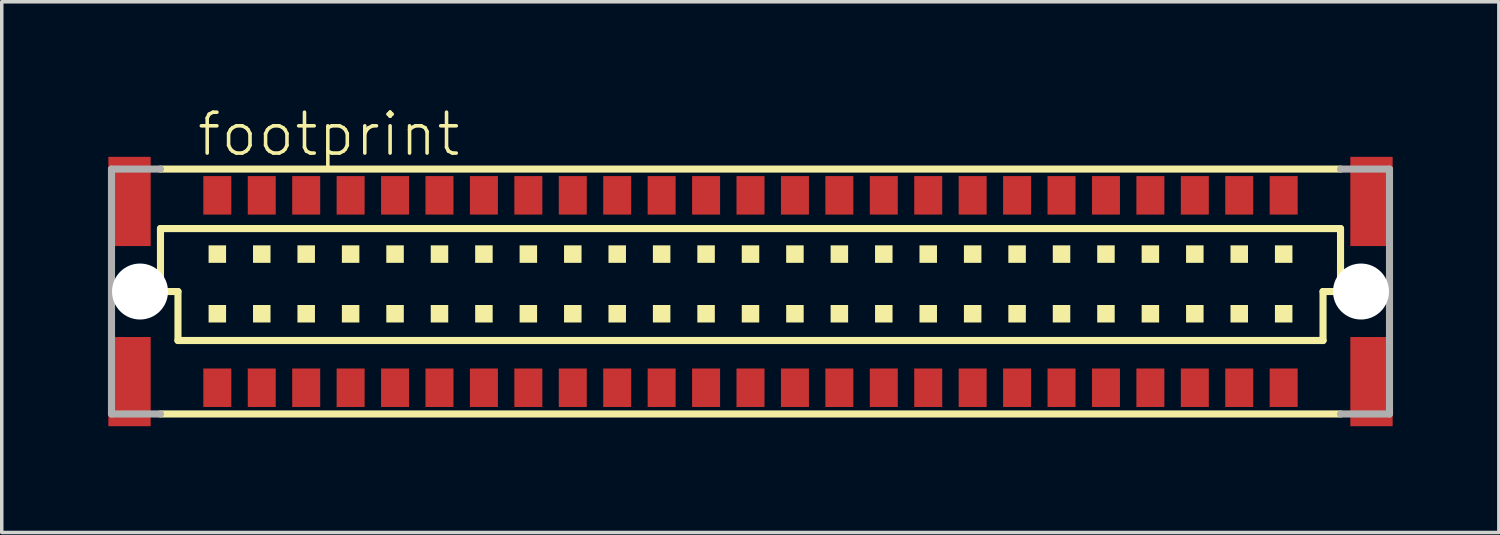
<source format=kicad_pcb>
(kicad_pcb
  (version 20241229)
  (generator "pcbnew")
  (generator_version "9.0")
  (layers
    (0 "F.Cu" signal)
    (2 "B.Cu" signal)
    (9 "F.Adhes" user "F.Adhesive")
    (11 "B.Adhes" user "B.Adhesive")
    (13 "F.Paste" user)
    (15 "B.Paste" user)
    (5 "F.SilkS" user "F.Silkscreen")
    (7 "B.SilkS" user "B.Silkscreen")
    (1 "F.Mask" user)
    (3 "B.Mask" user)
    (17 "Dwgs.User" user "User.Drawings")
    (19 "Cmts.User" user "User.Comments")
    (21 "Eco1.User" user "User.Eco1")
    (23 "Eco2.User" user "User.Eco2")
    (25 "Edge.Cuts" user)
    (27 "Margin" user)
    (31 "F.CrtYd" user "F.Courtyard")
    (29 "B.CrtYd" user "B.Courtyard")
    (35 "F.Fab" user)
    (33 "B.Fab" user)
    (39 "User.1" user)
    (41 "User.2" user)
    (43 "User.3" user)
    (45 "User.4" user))
  (footprint "footprint"
    (layer "F.Cu")
    (at 18.402 5.283)
    (property "Reference" "footprint" (at -15.875 -3.81 0) (layer "F.SilkS") (effects (font (size 1.168 1.168) (thickness 0.102)) (justify left bottom)))
    (fp_poly (pts (xy -18.355 -1.3) (xy -17.145 -1.3) (xy -17.145 -3.85) (xy -18.355 -3.85)) (stroke (width 0) (type solid)) (fill yes) (layer "F.Cu"))
    (fp_poly (pts (xy -18.355 3.85) (xy -17.145 3.85) (xy -17.145 1.3) (xy -18.355 1.3)) (stroke (width 0) (type solid)) (fill yes) (layer "F.Cu"))
    (fp_poly (pts (xy 17.145 -1.3) (xy 18.355 -1.3) (xy 18.355 -3.85) (xy 17.145 -3.85)) (stroke (width 0) (type solid)) (fill yes) (layer "F.Cu"))
    (fp_poly (pts (xy 17.145 3.85) (xy 18.355 3.85) (xy 18.355 1.3) (xy 17.145 1.3)) (stroke (width 0) (type solid)) (fill yes) (layer "F.Cu"))
    (fp_poly (pts (xy -18.402 -1.262) (xy -17.115 -1.262) (xy -17.115 -3.888) (xy -18.402 -3.888)) (stroke (width 0) (type solid)) (fill yes) (layer "F.Mask"))
    (fp_poly (pts (xy -18.39 3.888) (xy -17.102 3.888) (xy -17.102 1.262) (xy -18.39 1.262)) (stroke (width 0) (type solid)) (fill yes) (layer "F.Mask"))
    (fp_poly (pts (xy 17.103 -1.262) (xy 18.39 -1.262) (xy 18.39 -3.888) (xy 17.103 -3.888)) (stroke (width 0) (type solid)) (fill yes) (layer "F.Mask"))
    (fp_poly (pts (xy 17.103 3.888) (xy 18.39 3.888) (xy 18.39 1.262) (xy 17.103 1.262)) (stroke (width 0) (type solid)) (fill yes) (layer "F.Mask"))
    (fp_line (start -16.865 -3.5) (end 16.865 -3.5) (stroke (width 0.203) (type solid)) (layer "F.SilkS"))
    (fp_line (start -16.865 -1.8) (end 16.865 -1.8) (stroke (width 0.203) (type solid)) (layer "F.SilkS"))
    (fp_line (start -16.865 0) (end -16.865 -1.8) (stroke (width 0.203) (type solid)) (layer "F.SilkS"))
    (fp_line (start -16.365 0) (end -16.865 0) (stroke (width 0.203) (type solid)) (layer "F.SilkS"))
    (fp_line (start -16.365 1.4) (end -16.365 0) (stroke (width 0.203) (type solid)) (layer "F.SilkS"))
    (fp_line (start 16.365 0) (end 16.365 1.4) (stroke (width 0.203) (type solid)) (layer "F.SilkS"))
    (fp_line (start 16.365 1.4) (end -16.365 1.4) (stroke (width 0.203) (type solid)) (layer "F.SilkS"))
    (fp_line (start 16.865 -1.8) (end 16.865 0) (stroke (width 0.203) (type solid)) (layer "F.SilkS"))
    (fp_line (start 16.865 0) (end 16.365 0) (stroke (width 0.203) (type solid)) (layer "F.SilkS"))
    (fp_line (start 16.865 3.5) (end -16.865 3.5) (stroke (width 0.203) (type solid)) (layer "F.SilkS"))
    (fp_poly (pts (xy -15.49 -0.82) (xy -14.99 -0.82) (xy -14.99 -1.32) (xy -15.49 -1.32)) (stroke (width 0) (type solid)) (fill yes) (layer "F.SilkS"))
    (fp_poly (pts (xy -15.49 0.885) (xy -14.99 0.885) (xy -14.99 0.385) (xy -15.49 0.385)) (stroke (width 0) (type solid)) (fill yes) (layer "F.SilkS"))
    (fp_poly (pts (xy -14.22 -0.82) (xy -13.72 -0.82) (xy -13.72 -1.32) (xy -14.22 -1.32)) (stroke (width 0) (type solid)) (fill yes) (layer "F.SilkS"))
    (fp_poly (pts (xy -14.22 0.885) (xy -13.72 0.885) (xy -13.72 0.385) (xy -14.22 0.385)) (stroke (width 0) (type solid)) (fill yes) (layer "F.SilkS"))
    (fp_poly (pts (xy -12.95 -0.82) (xy -12.45 -0.82) (xy -12.45 -1.32) (xy -12.95 -1.32)) (stroke (width 0) (type solid)) (fill yes) (layer "F.SilkS"))
    (fp_poly (pts (xy -12.95 0.885) (xy -12.45 0.885) (xy -12.45 0.385) (xy -12.95 0.385)) (stroke (width 0) (type solid)) (fill yes) (layer "F.SilkS"))
    (fp_poly (pts (xy -11.68 -0.82) (xy -11.18 -0.82) (xy -11.18 -1.32) (xy -11.68 -1.32)) (stroke (width 0) (type solid)) (fill yes) (layer "F.SilkS"))
    (fp_poly (pts (xy -11.68 0.885) (xy -11.18 0.885) (xy -11.18 0.385) (xy -11.68 0.385)) (stroke (width 0) (type solid)) (fill yes) (layer "F.SilkS"))
    (fp_poly (pts (xy -10.41 -0.82) (xy -9.91 -0.82) (xy -9.91 -1.32) (xy -10.41 -1.32)) (stroke (width 0) (type solid)) (fill yes) (layer "F.SilkS"))
    (fp_poly (pts (xy -10.41 0.885) (xy -9.91 0.885) (xy -9.91 0.385) (xy -10.41 0.385)) (stroke (width 0) (type solid)) (fill yes) (layer "F.SilkS"))
    (fp_poly (pts (xy -9.14 -0.82) (xy -8.64 -0.82) (xy -8.64 -1.32) (xy -9.14 -1.32)) (stroke (width 0) (type solid)) (fill yes) (layer "F.SilkS"))
    (fp_poly (pts (xy -9.14 0.885) (xy -8.64 0.885) (xy -8.64 0.385) (xy -9.14 0.385)) (stroke (width 0) (type solid)) (fill yes) (layer "F.SilkS"))
    (fp_poly (pts (xy -7.87 -0.82) (xy -7.37 -0.82) (xy -7.37 -1.32) (xy -7.87 -1.32)) (stroke (width 0) (type solid)) (fill yes) (layer "F.SilkS"))
    (fp_poly (pts (xy -7.87 0.885) (xy -7.37 0.885) (xy -7.37 0.385) (xy -7.87 0.385)) (stroke (width 0) (type solid)) (fill yes) (layer "F.SilkS"))
    (fp_poly (pts (xy -6.6 -0.82) (xy -6.1 -0.82) (xy -6.1 -1.32) (xy -6.6 -1.32)) (stroke (width 0) (type solid)) (fill yes) (layer "F.SilkS"))
    (fp_poly (pts (xy -6.6 0.885) (xy -6.1 0.885) (xy -6.1 0.385) (xy -6.6 0.385)) (stroke (width 0) (type solid)) (fill yes) (layer "F.SilkS"))
    (fp_poly (pts (xy -5.33 -0.82) (xy -4.83 -0.82) (xy -4.83 -1.32) (xy -5.33 -1.32)) (stroke (width 0) (type solid)) (fill yes) (layer "F.SilkS"))
    (fp_poly (pts (xy -5.33 0.885) (xy -4.83 0.885) (xy -4.83 0.385) (xy -5.33 0.385)) (stroke (width 0) (type solid)) (fill yes) (layer "F.SilkS"))
    (fp_poly (pts (xy -4.06 -0.82) (xy -3.56 -0.82) (xy -3.56 -1.32) (xy -4.06 -1.32)) (stroke (width 0) (type solid)) (fill yes) (layer "F.SilkS"))
    (fp_poly (pts (xy -4.06 0.885) (xy -3.56 0.885) (xy -3.56 0.385) (xy -4.06 0.385)) (stroke (width 0) (type solid)) (fill yes) (layer "F.SilkS"))
    (fp_poly (pts (xy -2.79 -0.82) (xy -2.29 -0.82) (xy -2.29 -1.32) (xy -2.79 -1.32)) (stroke (width 0) (type solid)) (fill yes) (layer "F.SilkS"))
    (fp_poly (pts (xy -2.79 0.885) (xy -2.29 0.885) (xy -2.29 0.385) (xy -2.79 0.385)) (stroke (width 0) (type solid)) (fill yes) (layer "F.SilkS"))
    (fp_poly (pts (xy -1.52 -0.82) (xy -1.02 -0.82) (xy -1.02 -1.32) (xy -1.52 -1.32)) (stroke (width 0) (type solid)) (fill yes) (layer "F.SilkS"))
    (fp_poly (pts (xy -1.52 0.885) (xy -1.02 0.885) (xy -1.02 0.385) (xy -1.52 0.385)) (stroke (width 0) (type solid)) (fill yes) (layer "F.SilkS"))
    (fp_poly (pts (xy -0.25 -0.82) (xy 0.25 -0.82) (xy 0.25 -1.32) (xy -0.25 -1.32)) (stroke (width 0) (type solid)) (fill yes) (layer "F.SilkS"))
    (fp_poly (pts (xy -0.25 0.885) (xy 0.25 0.885) (xy 0.25 0.385) (xy -0.25 0.385)) (stroke (width 0) (type solid)) (fill yes) (layer "F.SilkS"))
    (fp_poly (pts (xy 1.02 -0.82) (xy 1.52 -0.82) (xy 1.52 -1.32) (xy 1.02 -1.32)) (stroke (width 0) (type solid)) (fill yes) (layer "F.SilkS"))
    (fp_poly (pts (xy 1.02 0.885) (xy 1.52 0.885) (xy 1.52 0.385) (xy 1.02 0.385)) (stroke (width 0) (type solid)) (fill yes) (layer "F.SilkS"))
    (fp_poly (pts (xy 2.29 -0.82) (xy 2.79 -0.82) (xy 2.79 -1.32) (xy 2.29 -1.32)) (stroke (width 0) (type solid)) (fill yes) (layer "F.SilkS"))
    (fp_poly (pts (xy 2.29 0.885) (xy 2.79 0.885) (xy 2.79 0.385) (xy 2.29 0.385)) (stroke (width 0) (type solid)) (fill yes) (layer "F.SilkS"))
    (fp_poly (pts (xy 3.56 -0.82) (xy 4.06 -0.82) (xy 4.06 -1.32) (xy 3.56 -1.32)) (stroke (width 0) (type solid)) (fill yes) (layer "F.SilkS"))
    (fp_poly (pts (xy 3.56 0.885) (xy 4.06 0.885) (xy 4.06 0.385) (xy 3.56 0.385)) (stroke (width 0) (type solid)) (fill yes) (layer "F.SilkS"))
    (fp_poly (pts (xy 4.83 -0.82) (xy 5.33 -0.82) (xy 5.33 -1.32) (xy 4.83 -1.32)) (stroke (width 0) (type solid)) (fill yes) (layer "F.SilkS"))
    (fp_poly (pts (xy 4.83 0.885) (xy 5.33 0.885) (xy 5.33 0.385) (xy 4.83 0.385)) (stroke (width 0) (type solid)) (fill yes) (layer "F.SilkS"))
    (fp_poly (pts (xy 6.1 -0.82) (xy 6.6 -0.82) (xy 6.6 -1.32) (xy 6.1 -1.32)) (stroke (width 0) (type solid)) (fill yes) (layer "F.SilkS"))
    (fp_poly (pts (xy 6.1 0.885) (xy 6.6 0.885) (xy 6.6 0.385) (xy 6.1 0.385)) (stroke (width 0) (type solid)) (fill yes) (layer "F.SilkS"))
    (fp_poly (pts (xy 7.37 -0.82) (xy 7.87 -0.82) (xy 7.87 -1.32) (xy 7.37 -1.32)) (stroke (width 0) (type solid)) (fill yes) (layer "F.SilkS"))
    (fp_poly (pts (xy 7.37 0.885) (xy 7.87 0.885) (xy 7.87 0.385) (xy 7.37 0.385)) (stroke (width 0) (type solid)) (fill yes) (layer "F.SilkS"))
    (fp_poly (pts (xy 8.64 -0.82) (xy 9.14 -0.82) (xy 9.14 -1.32) (xy 8.64 -1.32)) (stroke (width 0) (type solid)) (fill yes) (layer "F.SilkS"))
    (fp_poly (pts (xy 8.64 0.885) (xy 9.14 0.885) (xy 9.14 0.385) (xy 8.64 0.385)) (stroke (width 0) (type solid)) (fill yes) (layer "F.SilkS"))
    (fp_poly (pts (xy 9.91 -0.82) (xy 10.41 -0.82) (xy 10.41 -1.32) (xy 9.91 -1.32)) (stroke (width 0) (type solid)) (fill yes) (layer "F.SilkS"))
    (fp_poly (pts (xy 9.91 0.885) (xy 10.41 0.885) (xy 10.41 0.385) (xy 9.91 0.385)) (stroke (width 0) (type solid)) (fill yes) (layer "F.SilkS"))
    (fp_poly (pts (xy 11.18 -0.82) (xy 11.68 -0.82) (xy 11.68 -1.32) (xy 11.18 -1.32)) (stroke (width 0) (type solid)) (fill yes) (layer "F.SilkS"))
    (fp_poly (pts (xy 11.18 0.885) (xy 11.68 0.885) (xy 11.68 0.385) (xy 11.18 0.385)) (stroke (width 0) (type solid)) (fill yes) (layer "F.SilkS"))
    (fp_poly (pts (xy 12.45 -0.82) (xy 12.95 -0.82) (xy 12.95 -1.32) (xy 12.45 -1.32)) (stroke (width 0) (type solid)) (fill yes) (layer "F.SilkS"))
    (fp_poly (pts (xy 12.45 0.885) (xy 12.95 0.885) (xy 12.95 0.385) (xy 12.45 0.385)) (stroke (width 0) (type solid)) (fill yes) (layer "F.SilkS"))
    (fp_poly (pts (xy 13.72 -0.82) (xy 14.22 -0.82) (xy 14.22 -1.32) (xy 13.72 -1.32)) (stroke (width 0) (type solid)) (fill yes) (layer "F.SilkS"))
    (fp_poly (pts (xy 13.72 0.885) (xy 14.22 0.885) (xy 14.22 0.385) (xy 13.72 0.385)) (stroke (width 0) (type solid)) (fill yes) (layer "F.SilkS"))
    (fp_poly (pts (xy 14.99 -0.82) (xy 15.49 -0.82) (xy 15.49 -1.32) (xy 14.99 -1.32)) (stroke (width 0) (type solid)) (fill yes) (layer "F.SilkS"))
    (fp_poly (pts (xy 14.99 0.885) (xy 15.49 0.885) (xy 15.49 0.385) (xy 14.99 0.385)) (stroke (width 0) (type solid)) (fill yes) (layer "F.SilkS"))
    (fp_poly (pts (xy -18.315 -1.337) (xy -17.177 -1.337) (xy -17.177 -3.812) (xy -18.315 -3.812)) (stroke (width 0) (type solid)) (fill yes) (layer "F.Paste"))
    (fp_poly (pts (xy -18.315 3.812) (xy -17.177 3.812) (xy -17.177 1.337) (xy -18.315 1.337)) (stroke (width 0) (type solid)) (fill yes) (layer "F.Paste"))
    (fp_poly (pts (xy 17.178 -1.337) (xy 18.315 -1.337) (xy 18.315 -3.812) (xy 17.178 -3.812)) (stroke (width 0) (type solid)) (fill yes) (layer "F.Paste"))
    (fp_poly (pts (xy 17.178 3.825) (xy 18.315 3.825) (xy 18.315 1.35) (xy 17.178 1.35)) (stroke (width 0) (type solid)) (fill yes) (layer "F.Paste"))
    (fp_line (start -18.265 -3.5) (end -16.865 -3.5) (stroke (width 0.203) (type solid)) (layer "F.Fab"))
    (fp_line (start -18.265 3.5) (end -18.265 -3.5) (stroke (width 0.203) (type solid)) (layer "F.Fab"))
    (fp_line (start -16.865 3.5) (end -18.265 3.5) (stroke (width 0.203) (type solid)) (layer "F.Fab"))
    (fp_line (start 16.865 -3.5) (end 18.265 -3.5) (stroke (width 0.203) (type solid)) (layer "F.Fab"))
    (fp_line (start 18.265 -3.5) (end 18.265 3.5) (stroke (width 0.203) (type solid)) (layer "F.Fab"))
    (fp_line (start 18.265 3.5) (end 16.865 3.5) (stroke (width 0.203) (type solid)) (layer "F.Fab"))
    (pad "" np_thru_hole circle (at -17.45 0) (size 1.6 1.6) (drill 1.6) (layers "*.Cu" "*.Mask"))
    (pad "" np_thru_hole circle (at 17.45 0) (size 1.6 1.6) (drill 1.6) (layers "*.Cu" "*.Mask"))
    (pad "A1" smd rect (at 15.24 2.75) (size 0.8 1.1) (layers "F.Cu" "F.Mask" "F.Paste"))
    (pad "A2" smd rect (at 13.97 2.75) (size 0.8 1.1) (layers "F.Cu" "F.Mask" "F.Paste"))
    (pad "A3" smd rect (at 12.7 2.75) (size 0.8 1.1) (layers "F.Cu" "F.Mask" "F.Paste"))
    (pad "A4" smd rect (at 11.43 2.75) (size 0.8 1.1) (layers "F.Cu" "F.Mask" "F.Paste"))
    (pad "A5" smd rect (at 10.16 2.75) (size 0.8 1.1) (layers "F.Cu" "F.Mask" "F.Paste"))
    (pad "A6" smd rect (at 8.89 2.75) (size 0.8 1.1) (layers "F.Cu" "F.Mask" "F.Paste"))
    (pad "A7" smd rect (at 7.62 2.75) (size 0.8 1.1) (layers "F.Cu" "F.Mask" "F.Paste"))
    (pad "A8" smd rect (at 6.35 2.75) (size 0.8 1.1) (layers "F.Cu" "F.Mask" "F.Paste"))
    (pad "A9" smd rect (at 5.08 2.75) (size 0.8 1.1) (layers "F.Cu" "F.Mask" "F.Paste"))
    (pad "A10" smd rect (at 3.81 2.75) (size 0.8 1.1) (layers "F.Cu" "F.Mask" "F.Paste"))
    (pad "A11" smd rect (at 2.54 2.75) (size 0.8 1.1) (layers "F.Cu" "F.Mask" "F.Paste"))
    (pad "A12" smd rect (at 1.27 2.75) (size 0.8 1.1) (layers "F.Cu" "F.Mask" "F.Paste"))
    (pad "A13" smd rect (at 0 2.75) (size 0.8 1.1) (layers "F.Cu" "F.Mask" "F.Paste"))
    (pad "A14" smd rect (at -1.27 2.75) (size 0.8 1.1) (layers "F.Cu" "F.Mask" "F.Paste"))
    (pad "A15" smd rect (at -2.54 2.75) (size 0.8 1.1) (layers "F.Cu" "F.Mask" "F.Paste"))
    (pad "A16" smd rect (at -3.81 2.75) (size 0.8 1.1) (layers "F.Cu" "F.Mask" "F.Paste"))
    (pad "A17" smd rect (at -5.08 2.75) (size 0.8 1.1) (layers "F.Cu" "F.Mask" "F.Paste"))
    (pad "A18" smd rect (at -6.35 2.75) (size 0.8 1.1) (layers "F.Cu" "F.Mask" "F.Paste"))
    (pad "A19" smd rect (at -7.62 2.75) (size 0.8 1.1) (layers "F.Cu" "F.Mask" "F.Paste"))
    (pad "A20" smd rect (at -8.89 2.75) (size 0.8 1.1) (layers "F.Cu" "F.Mask" "F.Paste"))
    (pad "A21" smd rect (at -10.16 2.75) (size 0.8 1.1) (layers "F.Cu" "F.Mask" "F.Paste"))
    (pad "A22" smd rect (at -11.43 2.75) (size 0.8 1.1) (layers "F.Cu" "F.Mask" "F.Paste"))
    (pad "A23" smd rect (at -12.7 2.75) (size 0.8 1.1) (layers "F.Cu" "F.Mask" "F.Paste"))
    (pad "A24" smd rect (at -13.97 2.75) (size 0.8 1.1) (layers "F.Cu" "F.Mask" "F.Paste"))
    (pad "A25" smd rect (at -15.24 2.75) (size 0.8 1.1) (layers "F.Cu" "F.Mask" "F.Paste"))
    (pad "B1" smd rect (at 15.24 -2.75) (size 0.8 1.1) (layers "F.Cu" "F.Mask" "F.Paste"))
    (pad "B2" smd rect (at 13.97 -2.75) (size 0.8 1.1) (layers "F.Cu" "F.Mask" "F.Paste"))
    (pad "B3" smd rect (at 12.7 -2.75) (size 0.8 1.1) (layers "F.Cu" "F.Mask" "F.Paste"))
    (pad "B4" smd rect (at 11.43 -2.75) (size 0.8 1.1) (layers "F.Cu" "F.Mask" "F.Paste"))
    (pad "B5" smd rect (at 10.16 -2.75) (size 0.8 1.1) (layers "F.Cu" "F.Mask" "F.Paste"))
    (pad "B6" smd rect (at 8.89 -2.75) (size 0.8 1.1) (layers "F.Cu" "F.Mask" "F.Paste"))
    (pad "B7" smd rect (at 7.62 -2.75) (size 0.8 1.1) (layers "F.Cu" "F.Mask" "F.Paste"))
    (pad "B8" smd rect (at 6.35 -2.75) (size 0.8 1.1) (layers "F.Cu" "F.Mask" "F.Paste"))
    (pad "B9" smd rect (at 5.08 -2.75) (size 0.8 1.1) (layers "F.Cu" "F.Mask" "F.Paste"))
    (pad "B10" smd rect (at 3.81 -2.75) (size 0.8 1.1) (layers "F.Cu" "F.Mask" "F.Paste"))
    (pad "B11" smd rect (at 2.54 -2.75) (size 0.8 1.1) (layers "F.Cu" "F.Mask" "F.Paste"))
    (pad "B12" smd rect (at 1.27 -2.75) (size 0.8 1.1) (layers "F.Cu" "F.Mask" "F.Paste"))
    (pad "B13" smd rect (at 0 -2.75) (size 0.8 1.1) (layers "F.Cu" "F.Mask" "F.Paste"))
    (pad "B14" smd rect (at -1.27 -2.75) (size 0.8 1.1) (layers "F.Cu" "F.Mask" "F.Paste"))
    (pad "B15" smd rect (at -2.54 -2.75) (size 0.8 1.1) (layers "F.Cu" "F.Mask" "F.Paste"))
    (pad "B16" smd rect (at -3.81 -2.75) (size 0.8 1.1) (layers "F.Cu" "F.Mask" "F.Paste"))
    (pad "B17" smd rect (at -5.08 -2.75) (size 0.8 1.1) (layers "F.Cu" "F.Mask" "F.Paste"))
    (pad "B18" smd rect (at -6.35 -2.75) (size 0.8 1.1) (layers "F.Cu" "F.Mask" "F.Paste"))
    (pad "B19" smd rect (at -7.62 -2.75) (size 0.8 1.1) (layers "F.Cu" "F.Mask" "F.Paste"))
    (pad "B20" smd rect (at -8.89 -2.75) (size 0.8 1.1) (layers "F.Cu" "F.Mask" "F.Paste"))
    (pad "B21" smd rect (at -10.16 -2.75) (size 0.8 1.1) (layers "F.Cu" "F.Mask" "F.Paste"))
    (pad "B22" smd rect (at -11.43 -2.75) (size 0.8 1.1) (layers "F.Cu" "F.Mask" "F.Paste"))
    (pad "B23" smd rect (at -12.7 -2.75) (size 0.8 1.1) (layers "F.Cu" "F.Mask" "F.Paste"))
    (pad "B24" smd rect (at -13.97 -2.75) (size 0.8 1.1) (layers "F.Cu" "F.Mask" "F.Paste"))
    (pad "B25" smd rect (at -15.24 -2.75) (size 0.8 1.1) (layers "F.Cu" "F.Mask" "F.Paste")))
  (gr_rect
    (start -3 -3)
    (end 39.792 12.171)
    (stroke (width 0.1) (type default))
    (fill no)
    (layer "Edge.Cuts")))
</source>
